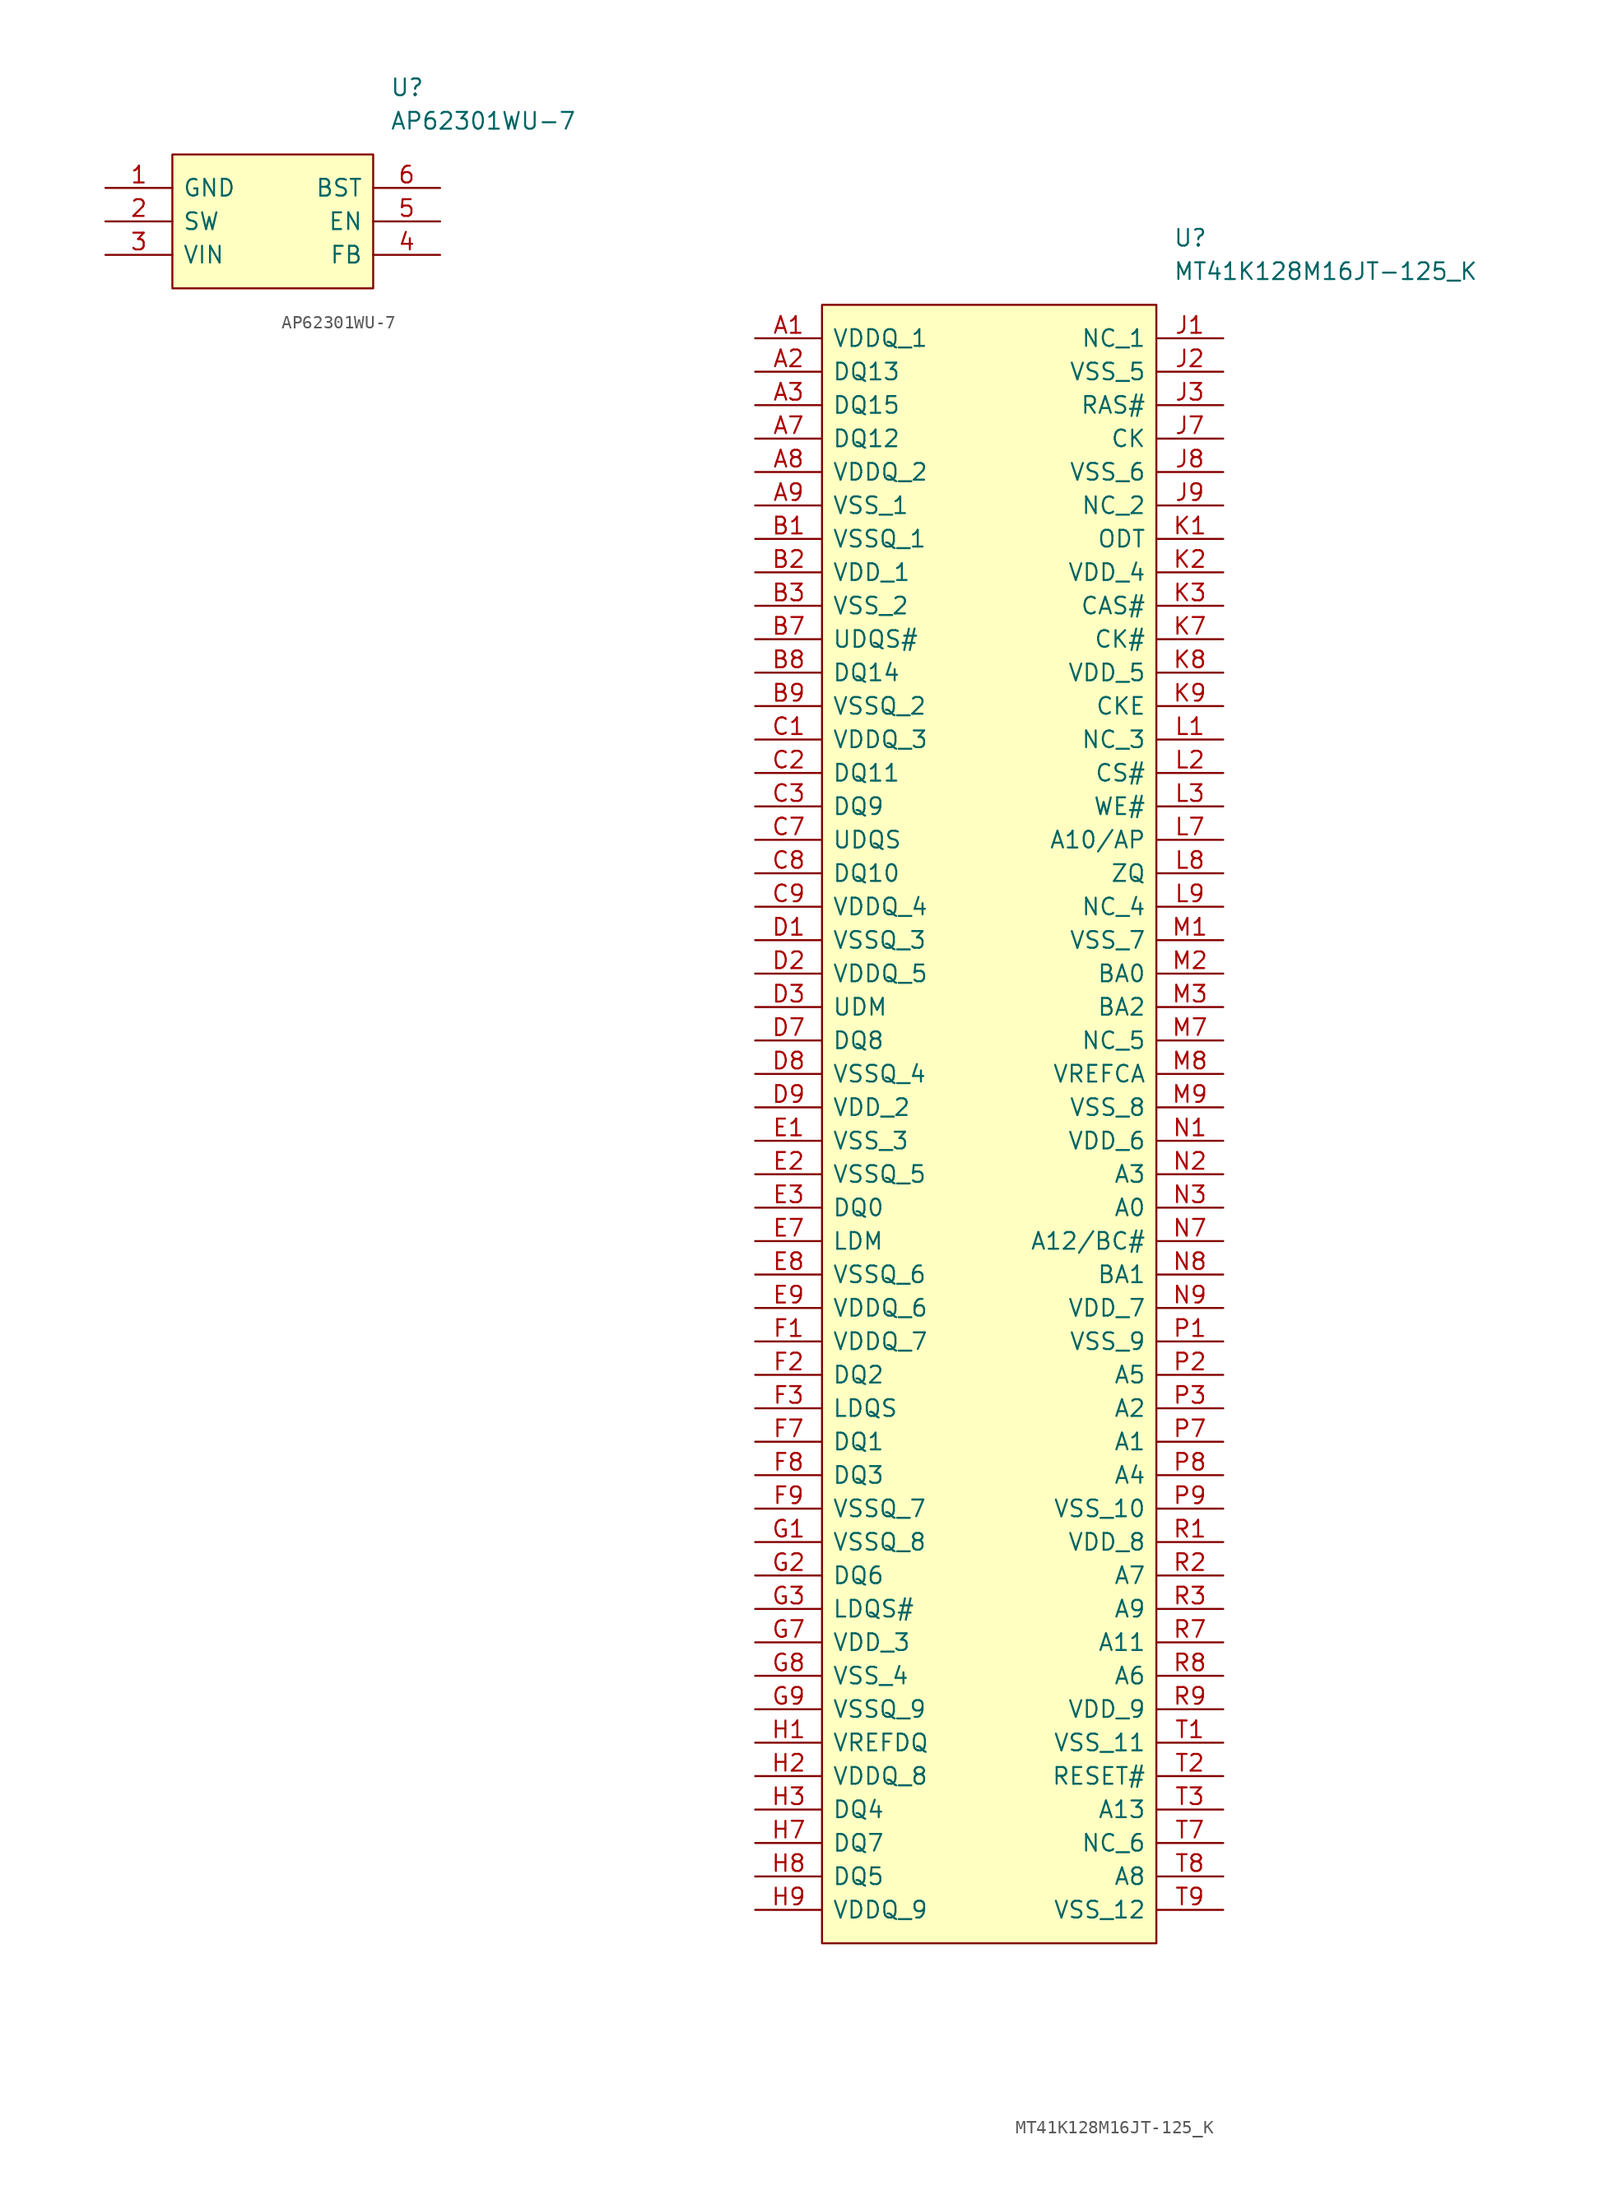
<source format=kicad_sym>
(kicad_symbol_lib
  (version 20211014)
  (generator kicad_symbol_editor)
  (symbol "AP62301WU-7"
    (pin_names
      (offset 0.762))
    (property "Reference" "U"
      (at 21.59 7.62 0)
      (effects (font (size 1.27 1.27)) (justify left)))
    (property "Value" "AP62301WU-7"
      (at 21.59 5.08 0)
      (effects (font (size 1.27 1.27)) (justify left)))
    (symbol "AP62301WU-7_0_0"
      (pin passive line (at 0 0 0) (length 5.08) (name "GND" (effects (font (size 1.27 1.27)))) (number "1" (effects (font (size 1.27 1.27)))))
      (pin passive line (at 0 -2.54 0) (length 5.08) (name "SW" (effects (font (size 1.27 1.27)))) (number "2" (effects (font (size 1.27 1.27)))))
      (pin passive line (at 0 -5.08 0) (length 5.08) (name "VIN" (effects (font (size 1.27 1.27)))) (number "3" (effects (font (size 1.27 1.27)))))
      (pin passive line (at 25.4 -5.08 180) (length 5.08) (name "FB" (effects (font (size 1.27 1.27)))) (number "4" (effects (font (size 1.27 1.27)))))
      (pin passive line (at 25.4 -2.54 180) (length 5.08) (name "EN" (effects (font (size 1.27 1.27)))) (number "5" (effects (font (size 1.27 1.27)))))
      (pin passive line (at 25.4 0 180) (length 5.08) (name "BST" (effects (font (size 1.27 1.27)))) (number "6" (effects (font (size 1.27 1.27))))))
    (symbol "AP62301WU-7_0_1"
      (polyline (pts (xy 5.08 2.54) (xy 20.32 2.54) (xy 20.32 -7.62) (xy 5.08 -7.62) (xy 5.08 2.54)) (stroke (width 0) (type default) (color 0 0 0 0)) (fill (type background)))))
  (symbol "MT41K128M16JT-125_K"
    (pin_names
      (offset 0.762))
    (property "Reference" "U"
      (at 31.75 7.62 0)
      (effects (font (size 1.27 1.27)) (justify left)))
    (property "Value" "MT41K128M16JT-125_K"
      (at 31.75 5.08 0)
      (effects (font (size 1.27 1.27)) (justify left)))
    (symbol "MT41K128M16JT-125_K_0_0"
      (pin passive line (at 0 0 0) (length 5.08) (name "VDDQ_1" (effects (font (size 1.27 1.27)))) (number "A1" (effects (font (size 1.27 1.27)))))
      (pin passive line (at 0 -2.54 0) (length 5.08) (name "DQ13" (effects (font (size 1.27 1.27)))) (number "A2" (effects (font (size 1.27 1.27)))))
      (pin passive line (at 0 -5.08 0) (length 5.08) (name "DQ15" (effects (font (size 1.27 1.27)))) (number "A3" (effects (font (size 1.27 1.27)))))
      (pin passive line (at 0 -7.62 0) (length 5.08) (name "DQ12" (effects (font (size 1.27 1.27)))) (number "A7" (effects (font (size 1.27 1.27)))))
      (pin passive line (at 0 -10.16 0) (length 5.08) (name "VDDQ_2" (effects (font (size 1.27 1.27)))) (number "A8" (effects (font (size 1.27 1.27)))))
      (pin passive line (at 0 -12.7 0) (length 5.08) (name "VSS_1" (effects (font (size 1.27 1.27)))) (number "A9" (effects (font (size 1.27 1.27)))))
      (pin passive line (at 0 -15.24 0) (length 5.08) (name "VSSQ_1" (effects (font (size 1.27 1.27)))) (number "B1" (effects (font (size 1.27 1.27)))))
      (pin passive line (at 0 -17.78 0) (length 5.08) (name "VDD_1" (effects (font (size 1.27 1.27)))) (number "B2" (effects (font (size 1.27 1.27)))))
      (pin passive line (at 0 -20.32 0) (length 5.08) (name "VSS_2" (effects (font (size 1.27 1.27)))) (number "B3" (effects (font (size 1.27 1.27)))))
      (pin passive line (at 0 -22.86 0) (length 5.08) (name "UDQS#" (effects (font (size 1.27 1.27)))) (number "B7" (effects (font (size 1.27 1.27)))))
      (pin passive line (at 0 -25.4 0) (length 5.08) (name "DQ14" (effects (font (size 1.27 1.27)))) (number "B8" (effects (font (size 1.27 1.27)))))
      (pin passive line (at 0 -27.94 0) (length 5.08) (name "VSSQ_2" (effects (font (size 1.27 1.27)))) (number "B9" (effects (font (size 1.27 1.27)))))
      (pin passive line (at 0 -30.48 0) (length 5.08) (name "VDDQ_3" (effects (font (size 1.27 1.27)))) (number "C1" (effects (font (size 1.27 1.27)))))
      (pin passive line (at 0 -33.02 0) (length 5.08) (name "DQ11" (effects (font (size 1.27 1.27)))) (number "C2" (effects (font (size 1.27 1.27)))))
      (pin passive line (at 0 -35.56 0) (length 5.08) (name "DQ9" (effects (font (size 1.27 1.27)))) (number "C3" (effects (font (size 1.27 1.27)))))
      (pin passive line (at 0 -38.1 0) (length 5.08) (name "UDQS" (effects (font (size 1.27 1.27)))) (number "C7" (effects (font (size 1.27 1.27)))))
      (pin passive line (at 0 -40.64 0) (length 5.08) (name "DQ10" (effects (font (size 1.27 1.27)))) (number "C8" (effects (font (size 1.27 1.27)))))
      (pin passive line (at 0 -43.18 0) (length 5.08) (name "VDDQ_4" (effects (font (size 1.27 1.27)))) (number "C9" (effects (font (size 1.27 1.27)))))
      (pin passive line (at 0 -45.72 0) (length 5.08) (name "VSSQ_3" (effects (font (size 1.27 1.27)))) (number "D1" (effects (font (size 1.27 1.27)))))
      (pin passive line (at 0 -48.26 0) (length 5.08) (name "VDDQ_5" (effects (font (size 1.27 1.27)))) (number "D2" (effects (font (size 1.27 1.27)))))
      (pin passive line (at 0 -50.8 0) (length 5.08) (name "UDM" (effects (font (size 1.27 1.27)))) (number "D3" (effects (font (size 1.27 1.27)))))
      (pin passive line (at 0 -53.34 0) (length 5.08) (name "DQ8" (effects (font (size 1.27 1.27)))) (number "D7" (effects (font (size 1.27 1.27)))))
      (pin passive line (at 0 -55.88 0) (length 5.08) (name "VSSQ_4" (effects (font (size 1.27 1.27)))) (number "D8" (effects (font (size 1.27 1.27)))))
      (pin passive line (at 0 -58.42 0) (length 5.08) (name "VDD_2" (effects (font (size 1.27 1.27)))) (number "D9" (effects (font (size 1.27 1.27)))))
      (pin passive line (at 0 -60.96 0) (length 5.08) (name "VSS_3" (effects (font (size 1.27 1.27)))) (number "E1" (effects (font (size 1.27 1.27)))))
      (pin passive line (at 0 -63.5 0) (length 5.08) (name "VSSQ_5" (effects (font (size 1.27 1.27)))) (number "E2" (effects (font (size 1.27 1.27)))))
      (pin passive line (at 0 -66.04 0) (length 5.08) (name "DQ0" (effects (font (size 1.27 1.27)))) (number "E3" (effects (font (size 1.27 1.27)))))
      (pin passive line (at 0 -68.58 0) (length 5.08) (name "LDM" (effects (font (size 1.27 1.27)))) (number "E7" (effects (font (size 1.27 1.27)))))
      (pin passive line (at 0 -71.12 0) (length 5.08) (name "VSSQ_6" (effects (font (size 1.27 1.27)))) (number "E8" (effects (font (size 1.27 1.27)))))
      (pin passive line (at 0 -73.66 0) (length 5.08) (name "VDDQ_6" (effects (font (size 1.27 1.27)))) (number "E9" (effects (font (size 1.27 1.27)))))
      (pin passive line (at 0 -76.2 0) (length 5.08) (name "VDDQ_7" (effects (font (size 1.27 1.27)))) (number "F1" (effects (font (size 1.27 1.27)))))
      (pin passive line (at 0 -78.74 0) (length 5.08) (name "DQ2" (effects (font (size 1.27 1.27)))) (number "F2" (effects (font (size 1.27 1.27)))))
      (pin passive line (at 0 -81.28 0) (length 5.08) (name "LDQS" (effects (font (size 1.27 1.27)))) (number "F3" (effects (font (size 1.27 1.27)))))
      (pin passive line (at 0 -83.82 0) (length 5.08) (name "DQ1" (effects (font (size 1.27 1.27)))) (number "F7" (effects (font (size 1.27 1.27)))))
      (pin passive line (at 0 -86.36 0) (length 5.08) (name "DQ3" (effects (font (size 1.27 1.27)))) (number "F8" (effects (font (size 1.27 1.27)))))
      (pin passive line (at 0 -88.9 0) (length 5.08) (name "VSSQ_7" (effects (font (size 1.27 1.27)))) (number "F9" (effects (font (size 1.27 1.27)))))
      (pin passive line (at 0 -91.44 0) (length 5.08) (name "VSSQ_8" (effects (font (size 1.27 1.27)))) (number "G1" (effects (font (size 1.27 1.27)))))
      (pin passive line (at 0 -93.98 0) (length 5.08) (name "DQ6" (effects (font (size 1.27 1.27)))) (number "G2" (effects (font (size 1.27 1.27)))))
      (pin passive line (at 0 -96.52 0) (length 5.08) (name "LDQS#" (effects (font (size 1.27 1.27)))) (number "G3" (effects (font (size 1.27 1.27)))))
      (pin passive line (at 0 -99.06 0) (length 5.08) (name "VDD_3" (effects (font (size 1.27 1.27)))) (number "G7" (effects (font (size 1.27 1.27)))))
      (pin passive line (at 0 -101.6 0) (length 5.08) (name "VSS_4" (effects (font (size 1.27 1.27)))) (number "G8" (effects (font (size 1.27 1.27)))))
      (pin passive line (at 0 -104.14 0) (length 5.08) (name "VSSQ_9" (effects (font (size 1.27 1.27)))) (number "G9" (effects (font (size 1.27 1.27)))))
      (pin passive line (at 0 -106.68 0) (length 5.08) (name "VREFDQ" (effects (font (size 1.27 1.27)))) (number "H1" (effects (font (size 1.27 1.27)))))
      (pin passive line (at 0 -109.22 0) (length 5.08) (name "VDDQ_8" (effects (font (size 1.27 1.27)))) (number "H2" (effects (font (size 1.27 1.27)))))
      (pin passive line (at 0 -111.76 0) (length 5.08) (name "DQ4" (effects (font (size 1.27 1.27)))) (number "H3" (effects (font (size 1.27 1.27)))))
      (pin passive line (at 0 -114.3 0) (length 5.08) (name "DQ7" (effects (font (size 1.27 1.27)))) (number "H7" (effects (font (size 1.27 1.27)))))
      (pin passive line (at 0 -116.84 0) (length 5.08) (name "DQ5" (effects (font (size 1.27 1.27)))) (number "H8" (effects (font (size 1.27 1.27)))))
      (pin passive line (at 0 -119.38 0) (length 5.08) (name "VDDQ_9" (effects (font (size 1.27 1.27)))) (number "H9" (effects (font (size 1.27 1.27)))))
      (pin passive line (at 35.56 0 180) (length 5.08) (name "NC_1" (effects (font (size 1.27 1.27)))) (number "J1" (effects (font (size 1.27 1.27)))))
      (pin passive line (at 35.56 -2.54 180) (length 5.08) (name "VSS_5" (effects (font (size 1.27 1.27)))) (number "J2" (effects (font (size 1.27 1.27)))))
      (pin passive line (at 35.56 -5.08 180) (length 5.08) (name "RAS#" (effects (font (size 1.27 1.27)))) (number "J3" (effects (font (size 1.27 1.27)))))
      (pin passive line (at 35.56 -7.62 180) (length 5.08) (name "CK" (effects (font (size 1.27 1.27)))) (number "J7" (effects (font (size 1.27 1.27)))))
      (pin passive line (at 35.56 -10.16 180) (length 5.08) (name "VSS_6" (effects (font (size 1.27 1.27)))) (number "J8" (effects (font (size 1.27 1.27)))))
      (pin passive line (at 35.56 -12.7 180) (length 5.08) (name "NC_2" (effects (font (size 1.27 1.27)))) (number "J9" (effects (font (size 1.27 1.27)))))
      (pin passive line (at 35.56 -15.24 180) (length 5.08) (name "ODT" (effects (font (size 1.27 1.27)))) (number "K1" (effects (font (size 1.27 1.27)))))
      (pin passive line (at 35.56 -17.78 180) (length 5.08) (name "VDD_4" (effects (font (size 1.27 1.27)))) (number "K2" (effects (font (size 1.27 1.27)))))
      (pin passive line (at 35.56 -20.32 180) (length 5.08) (name "CAS#" (effects (font (size 1.27 1.27)))) (number "K3" (effects (font (size 1.27 1.27)))))
      (pin passive line (at 35.56 -22.86 180) (length 5.08) (name "CK#" (effects (font (size 1.27 1.27)))) (number "K7" (effects (font (size 1.27 1.27)))))
      (pin passive line (at 35.56 -25.4 180) (length 5.08) (name "VDD_5" (effects (font (size 1.27 1.27)))) (number "K8" (effects (font (size 1.27 1.27)))))
      (pin passive line (at 35.56 -27.94 180) (length 5.08) (name "CKE" (effects (font (size 1.27 1.27)))) (number "K9" (effects (font (size 1.27 1.27)))))
      (pin passive line (at 35.56 -30.48 180) (length 5.08) (name "NC_3" (effects (font (size 1.27 1.27)))) (number "L1" (effects (font (size 1.27 1.27)))))
      (pin passive line (at 35.56 -33.02 180) (length 5.08) (name "CS#" (effects (font (size 1.27 1.27)))) (number "L2" (effects (font (size 1.27 1.27)))))
      (pin passive line (at 35.56 -35.56 180) (length 5.08) (name "WE#" (effects (font (size 1.27 1.27)))) (number "L3" (effects (font (size 1.27 1.27)))))
      (pin passive line (at 35.56 -38.1 180) (length 5.08) (name "A10/AP" (effects (font (size 1.27 1.27)))) (number "L7" (effects (font (size 1.27 1.27)))))
      (pin passive line (at 35.56 -40.64 180) (length 5.08) (name "ZQ" (effects (font (size 1.27 1.27)))) (number "L8" (effects (font (size 1.27 1.27)))))
      (pin passive line (at 35.56 -43.18 180) (length 5.08) (name "NC_4" (effects (font (size 1.27 1.27)))) (number "L9" (effects (font (size 1.27 1.27)))))
      (pin passive line (at 35.56 -45.72 180) (length 5.08) (name "VSS_7" (effects (font (size 1.27 1.27)))) (number "M1" (effects (font (size 1.27 1.27)))))
      (pin passive line (at 35.56 -48.26 180) (length 5.08) (name "BA0" (effects (font (size 1.27 1.27)))) (number "M2" (effects (font (size 1.27 1.27)))))
      (pin passive line (at 35.56 -50.8 180) (length 5.08) (name "BA2" (effects (font (size 1.27 1.27)))) (number "M3" (effects (font (size 1.27 1.27)))))
      (pin passive line (at 35.56 -53.34 180) (length 5.08) (name "NC_5" (effects (font (size 1.27 1.27)))) (number "M7" (effects (font (size 1.27 1.27)))))
      (pin passive line (at 35.56 -55.88 180) (length 5.08) (name "VREFCA" (effects (font (size 1.27 1.27)))) (number "M8" (effects (font (size 1.27 1.27)))))
      (pin passive line (at 35.56 -58.42 180) (length 5.08) (name "VSS_8" (effects (font (size 1.27 1.27)))) (number "M9" (effects (font (size 1.27 1.27)))))
      (pin passive line (at 35.56 -60.96 180) (length 5.08) (name "VDD_6" (effects (font (size 1.27 1.27)))) (number "N1" (effects (font (size 1.27 1.27)))))
      (pin passive line (at 35.56 -63.5 180) (length 5.08) (name "A3" (effects (font (size 1.27 1.27)))) (number "N2" (effects (font (size 1.27 1.27)))))
      (pin passive line (at 35.56 -66.04 180) (length 5.08) (name "A0" (effects (font (size 1.27 1.27)))) (number "N3" (effects (font (size 1.27 1.27)))))
      (pin passive line (at 35.56 -68.58 180) (length 5.08) (name "A12/BC#" (effects (font (size 1.27 1.27)))) (number "N7" (effects (font (size 1.27 1.27)))))
      (pin passive line (at 35.56 -71.12 180) (length 5.08) (name "BA1" (effects (font (size 1.27 1.27)))) (number "N8" (effects (font (size 1.27 1.27)))))
      (pin passive line (at 35.56 -73.66 180) (length 5.08) (name "VDD_7" (effects (font (size 1.27 1.27)))) (number "N9" (effects (font (size 1.27 1.27)))))
      (pin passive line (at 35.56 -76.2 180) (length 5.08) (name "VSS_9" (effects (font (size 1.27 1.27)))) (number "P1" (effects (font (size 1.27 1.27)))))
      (pin passive line (at 35.56 -78.74 180) (length 5.08) (name "A5" (effects (font (size 1.27 1.27)))) (number "P2" (effects (font (size 1.27 1.27)))))
      (pin passive line (at 35.56 -81.28 180) (length 5.08) (name "A2" (effects (font (size 1.27 1.27)))) (number "P3" (effects (font (size 1.27 1.27)))))
      (pin passive line (at 35.56 -83.82 180) (length 5.08) (name "A1" (effects (font (size 1.27 1.27)))) (number "P7" (effects (font (size 1.27 1.27)))))
      (pin passive line (at 35.56 -86.36 180) (length 5.08) (name "A4" (effects (font (size 1.27 1.27)))) (number "P8" (effects (font (size 1.27 1.27)))))
      (pin passive line (at 35.56 -88.9 180) (length 5.08) (name "VSS_10" (effects (font (size 1.27 1.27)))) (number "P9" (effects (font (size 1.27 1.27)))))
      (pin passive line (at 35.56 -91.44 180) (length 5.08) (name "VDD_8" (effects (font (size 1.27 1.27)))) (number "R1" (effects (font (size 1.27 1.27)))))
      (pin passive line (at 35.56 -93.98 180) (length 5.08) (name "A7" (effects (font (size 1.27 1.27)))) (number "R2" (effects (font (size 1.27 1.27)))))
      (pin passive line (at 35.56 -96.52 180) (length 5.08) (name "A9" (effects (font (size 1.27 1.27)))) (number "R3" (effects (font (size 1.27 1.27)))))
      (pin passive line (at 35.56 -99.06 180) (length 5.08) (name "A11" (effects (font (size 1.27 1.27)))) (number "R7" (effects (font (size 1.27 1.27)))))
      (pin passive line (at 35.56 -101.6 180) (length 5.08) (name "A6" (effects (font (size 1.27 1.27)))) (number "R8" (effects (font (size 1.27 1.27)))))
      (pin passive line (at 35.56 -104.14 180) (length 5.08) (name "VDD_9" (effects (font (size 1.27 1.27)))) (number "R9" (effects (font (size 1.27 1.27)))))
      (pin passive line (at 35.56 -106.68 180) (length 5.08) (name "VSS_11" (effects (font (size 1.27 1.27)))) (number "T1" (effects (font (size 1.27 1.27)))))
      (pin passive line (at 35.56 -109.22 180) (length 5.08) (name "RESET#" (effects (font (size 1.27 1.27)))) (number "T2" (effects (font (size 1.27 1.27)))))
      (pin passive line (at 35.56 -111.76 180) (length 5.08) (name "A13" (effects (font (size 1.27 1.27)))) (number "T3" (effects (font (size 1.27 1.27)))))
      (pin passive line (at 35.56 -114.3 180) (length 5.08) (name "NC_6" (effects (font (size 1.27 1.27)))) (number "T7" (effects (font (size 1.27 1.27)))))
      (pin passive line (at 35.56 -116.84 180) (length 5.08) (name "A8" (effects (font (size 1.27 1.27)))) (number "T8" (effects (font (size 1.27 1.27)))))
      (pin passive line (at 35.56 -119.38 180) (length 5.08) (name "VSS_12" (effects (font (size 1.27 1.27)))) (number "T9" (effects (font (size 1.27 1.27))))))
    (symbol "MT41K128M16JT-125_K_0_1"
      (polyline (pts (xy 5.08 2.54) (xy 30.48 2.54) (xy 30.48 -121.92) (xy 5.08 -121.92) (xy 5.08 2.54)) (stroke (width 0) (type default) (color 0 0 0 0)) (fill (type background))))))
</source>
